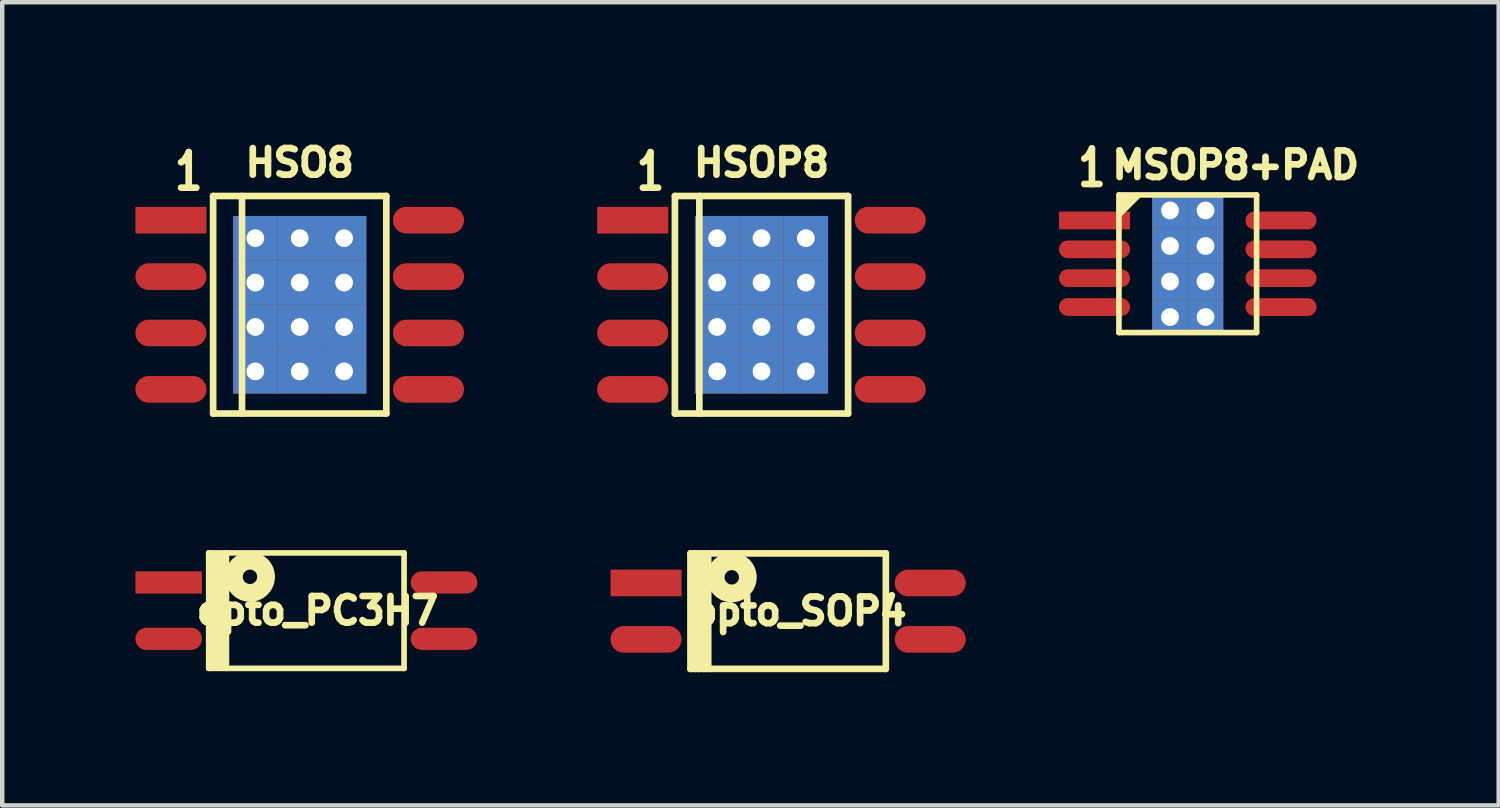
<source format=kicad_pcb>
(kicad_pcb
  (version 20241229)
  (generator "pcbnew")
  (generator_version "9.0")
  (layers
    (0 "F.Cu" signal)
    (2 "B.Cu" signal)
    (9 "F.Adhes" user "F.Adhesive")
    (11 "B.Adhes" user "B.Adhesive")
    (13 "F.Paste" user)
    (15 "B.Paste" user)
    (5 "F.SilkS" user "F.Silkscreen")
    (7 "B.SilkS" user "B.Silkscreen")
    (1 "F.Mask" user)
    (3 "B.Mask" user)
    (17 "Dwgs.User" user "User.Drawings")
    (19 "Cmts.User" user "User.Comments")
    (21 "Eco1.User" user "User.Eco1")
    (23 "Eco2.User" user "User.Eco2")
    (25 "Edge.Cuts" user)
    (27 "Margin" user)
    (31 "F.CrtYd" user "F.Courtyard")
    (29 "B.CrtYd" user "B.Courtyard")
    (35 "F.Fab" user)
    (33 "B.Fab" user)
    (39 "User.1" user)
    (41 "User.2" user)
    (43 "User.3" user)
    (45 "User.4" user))
  (footprint "MSOP8+PAD"
    (layer "F.Cu")
    (at 23.7 2.89)
    (property "Reference" "MSOP8+PAD" (at 1.079 -2.223 0) (layer "F.SilkS") (effects (font (size 0.6 0.6) (thickness 0.15))))
    (attr through_hole)
    (fp_line (start -1.55 -1.55) (end 1.55 -1.55) (stroke (width 0.127) (type solid)) (layer "F.SilkS"))
    (fp_line (start -1.55 1.55) (end -1.55 -1.55) (stroke (width 0.127) (type solid)) (layer "F.SilkS"))
    (fp_line (start -1.524 -1.397) (end -1.397 -1.524) (stroke (width 0.15) (type solid)) (layer "F.SilkS"))
    (fp_line (start -1.524 -1.27) (end -1.524 -1.333) (stroke (width 0.15) (type solid)) (layer "F.SilkS"))
    (fp_line (start -1.524 -1.143) (end -1.143 -1.524) (stroke (width 0.15) (type solid)) (layer "F.SilkS"))
    (fp_line (start -1.27 -1.524) (end -1.524 -1.27) (stroke (width 0.15) (type solid)) (layer "F.SilkS"))
    (fp_line (start 1.55 -1.55) (end 1.55 1.55) (stroke (width 0.127) (type solid)) (layer "F.SilkS"))
    (fp_line (start 1.55 1.55) (end -1.55 1.55) (stroke (width 0.127) (type solid)) (layer "F.SilkS"))
    (fp_text user "1" (at -2.159 -2.159 0) (layer "F.SilkS") (effects (font (size 0.8 0.6) (thickness 0.15))))
    (pad "1" smd rect (at -2.1 -0.975) (size 1.6 0.4) (layers "F.Cu" "F.Mask" "F.Paste"))
    (pad "2" smd oval (at -2.1 -0.325) (size 1.6 0.4) (layers "F.Cu" "F.Mask" "F.Paste"))
    (pad "3" smd oval (at -2.1 0.325) (size 1.6 0.4) (layers "F.Cu" "F.Mask" "F.Paste"))
    (pad "4" smd oval (at -2.1 0.975) (size 1.6 0.4) (layers "F.Cu" "F.Mask" "F.Paste"))
    (pad "5" smd oval (at 2.1 0.975) (size 1.6 0.4) (layers "F.Cu" "F.Mask" "F.Paste"))
    (pad "6" smd oval (at 2.1 0.325) (size 1.6 0.4) (layers "F.Cu" "F.Mask" "F.Paste"))
    (pad "7" smd oval (at 2.1 -0.325) (size 1.6 0.4) (layers "F.Cu" "F.Mask" "F.Paste"))
    (pad "8" smd oval (at 2.1 -0.975) (size 1.6 0.4) (layers "F.Cu" "F.Mask" "F.Paste"))
    (pad "PAD" thru_hole rect (at -0.4 -1.2) (size 0.8 0.8) (drill 0.4) (layers "*.Cu" "F.Mask" "F.Paste"))
    (pad "PAD" thru_hole rect (at -0.4 -0.4) (size 0.8 0.8) (drill 0.4) (layers "*.Cu" "F.Mask" "F.Paste"))
    (pad "PAD" thru_hole rect (at -0.4 0.4) (size 0.8 0.8) (drill 0.4) (layers "*.Cu" "F.Mask" "F.Paste"))
    (pad "PAD" thru_hole rect (at -0.4 1.2) (size 0.8 0.8) (drill 0.4) (layers "*.Cu" "F.Mask" "F.Paste"))
    (pad "PAD" thru_hole rect (at 0.4 -1.2) (size 0.8 0.8) (drill 0.4) (layers "*.Cu" "F.Mask" "F.Paste"))
    (pad "PAD" thru_hole rect (at 0.4 -0.4) (size 0.8 0.8) (drill 0.4) (layers "*.Cu" "F.Mask" "F.Paste"))
    (pad "PAD" thru_hole rect (at 0.4 0.4) (size 0.8 0.8) (drill 0.4) (layers "*.Cu" "F.Mask" "F.Paste"))
    (pad "PAD" thru_hole rect (at 0.4 1.2) (size 0.8 0.8) (drill 0.4) (layers "*.Cu" "F.Mask" "F.Paste")))
  (footprint "opto_PC3H7"
    (layer "F.Cu")
    (at 3.85 10.703)
    (property "Reference" "opto_PC3H7" (at 0.25 0 0) (layer "F.SilkS") (effects (font (size 0.6 0.6) (thickness 0.15))))
    (attr smd)
    (fp_line (start -2.2 -1.3) (end -2.2 1.3) (stroke (width 0.127) (type solid)) (layer "F.SilkS"))
    (fp_line (start -2.083 -1.27) (end -2.083 1.27) (stroke (width 0.15) (type solid)) (layer "F.SilkS"))
    (fp_line (start -1.981 1.27) (end -1.981 -1.27) (stroke (width 0.15) (type solid)) (layer "F.SilkS"))
    (fp_line (start -1.88 1.27) (end -1.93 -1.27) (stroke (width 0.15) (type solid)) (layer "F.SilkS"))
    (fp_line (start -1.8 -1.3) (end -1.8 1.3) (stroke (width 0.127) (type solid)) (layer "F.SilkS"))
    (fp_line (start 2.2 -1.3) (end -2.2 -1.3) (stroke (width 0.127) (type solid)) (layer "F.SilkS"))
    (fp_line (start 2.2 1.3) (end -2.2 1.3) (stroke (width 0.127) (type solid)) (layer "F.SilkS"))
    (fp_line (start 2.2 1.3) (end 2.2 -1.3) (stroke (width 0.127) (type solid)) (layer "F.SilkS"))
    (fp_circle (center -1.27 -0.762) (end -1.27 -0.6) (stroke (width 0.4) (type solid)) (fill no) (layer "F.SilkS"))
    (pad "1" smd rect (at -3.1 -0.635) (size 1.5 0.5) (layers "F.Cu" "F.Mask" "F.Paste"))
    (pad "2" smd oval (at -3.1 0.635) (size 1.5 0.5) (layers "F.Cu" "F.Mask" "F.Paste"))
    (pad "3" smd oval (at 3.1 -0.635) (size 1.5 0.5) (layers "F.Cu" "F.Mask" "F.Paste"))
    (pad "4" smd oval (at 3.1 0.635) (size 1.5 0.5) (layers "F.Cu" "F.Mask" "F.Paste")))
  (footprint "HSO8"
    (layer "F.Cu")
    (at 3.7 3.814)
    (property "Reference" "HSO8" (at 0 -3.2 0) (layer "F.SilkS") (effects (font (size 0.6 0.6) (thickness 0.15))))
    (attr smd)
    (fp_line (start -1.95 -2.45) (end -1.95 2.45) (stroke (width 0.15) (type solid)) (layer "F.SilkS"))
    (fp_line (start -1.3 -2.45) (end -1.3 2.45) (stroke (width 0.15) (type solid)) (layer "F.SilkS"))
    (fp_line (start 1.95 -2.45) (end -1.95 -2.45) (stroke (width 0.15) (type solid)) (layer "F.SilkS"))
    (fp_line (start 1.95 2.45) (end -1.95 2.45) (stroke (width 0.15) (type solid)) (layer "F.SilkS"))
    (fp_line (start 1.95 2.45) (end 1.95 -2.45) (stroke (width 0.15) (type solid)) (layer "F.SilkS"))
    (fp_text user "1" (at -2.5 -3 0) (layer "F.SilkS") (effects (font (size 0.8 0.6) (thickness 0.15))))
    (pad "1" smd rect (at -2.9 -1.905) (size 1.6 0.6) (layers "F.Cu" "F.Mask" "F.Paste"))
    (pad "2" smd oval (at -2.9 -0.635) (size 1.6 0.6) (layers "F.Cu" "F.Mask" "F.Paste"))
    (pad "3" smd oval (at -2.9 0.635) (size 1.6 0.6) (layers "F.Cu" "F.Mask" "F.Paste"))
    (pad "4" smd oval (at -2.9 1.905) (size 1.6 0.6) (layers "F.Cu" "F.Mask" "F.Paste"))
    (pad "5" smd oval (at 2.9 1.905) (size 1.6 0.6) (layers "F.Cu" "F.Mask" "F.Paste"))
    (pad "6" smd oval (at 2.9 0.635) (size 1.6 0.6) (layers "F.Cu" "F.Mask" "F.Paste"))
    (pad "7" smd oval (at 2.9 -0.635) (size 1.6 0.6) (layers "F.Cu" "F.Mask" "F.Paste"))
    (pad "8" smd oval (at 2.9 -1.905) (size 1.6 0.6) (layers "F.Cu" "F.Mask" "F.Paste"))
    (pad "PAD" thru_hole rect (at -1 -1.5) (size 1 1) (drill 0.4) (layers "*.Cu" "*.Mask" "F.Paste"))
    (pad "PAD" thru_hole rect (at -1 -0.5) (size 1 1) (drill 0.4) (layers "*.Cu" "*.Mask" "F.Paste"))
    (pad "PAD" thru_hole rect (at -1 0.5) (size 1 1) (drill 0.4) (layers "*.Cu" "*.Mask" "F.Paste"))
    (pad "PAD" thru_hole rect (at -1 1.5) (size 1 1) (drill 0.4) (layers "*.Cu" "*.Mask" "F.Paste"))
    (pad "PAD" thru_hole rect (at 0 -1.5) (size 1 1) (drill 0.4) (layers "*.Cu" "*.Mask" "F.Paste"))
    (pad "PAD" thru_hole rect (at 0 -0.5) (size 1 1) (drill 0.4) (layers "*.Cu" "*.Mask" "F.Paste"))
    (pad "PAD" thru_hole rect (at 0 0.5) (size 1 1) (drill 0.4) (layers "*.Cu" "*.Mask" "F.Paste"))
    (pad "PAD" thru_hole rect (at 0 1.5) (size 1 1) (drill 0.4) (layers "*.Cu" "*.Mask" "F.Paste"))
    (pad "PAD" thru_hole rect (at 1 -1.5) (size 1 1) (drill 0.4) (layers "*.Cu" "*.Mask" "F.Paste"))
    (pad "PAD" thru_hole rect (at 1 -0.5) (size 1 1) (drill 0.4) (layers "*.Cu" "*.Mask" "F.Paste"))
    (pad "PAD" thru_hole rect (at 1 0.5) (size 1 1) (drill 0.4) (layers "*.Cu" "*.Mask" "F.Paste"))
    (pad "PAD" thru_hole rect (at 1 1.5) (size 1 1) (drill 0.4) (layers "*.Cu" "*.Mask" "F.Paste")))
  (footprint "HSOP8"
    (layer "F.Cu")
    (at 14.1 3.814)
    (property "Reference" "HSOP8" (at 0 -3.2 0) (layer "F.SilkS") (effects (font (size 0.6 0.6) (thickness 0.15))))
    (attr smd)
    (fp_line (start -1.95 -2.45) (end -1.95 2.45) (stroke (width 0.15) (type solid)) (layer "F.SilkS"))
    (fp_line (start -1.4 -2.45) (end -1.4 2.45) (stroke (width 0.15) (type solid)) (layer "F.SilkS"))
    (fp_line (start 1.95 -2.45) (end -1.95 -2.45) (stroke (width 0.15) (type solid)) (layer "F.SilkS"))
    (fp_line (start 1.95 2.45) (end -1.95 2.45) (stroke (width 0.15) (type solid)) (layer "F.SilkS"))
    (fp_line (start 1.95 2.45) (end 1.95 -2.45) (stroke (width 0.15) (type solid)) (layer "F.SilkS"))
    (fp_text user "1" (at -2.5 -3 0) (layer "F.SilkS") (effects (font (size 0.8 0.6) (thickness 0.15))))
    (pad "1" smd rect (at -2.9 -1.905) (size 1.6 0.6) (layers "F.Cu" "F.Mask" "F.Paste"))
    (pad "2" smd oval (at -2.9 -0.635) (size 1.6 0.6) (layers "F.Cu" "F.Mask" "F.Paste"))
    (pad "3" smd oval (at -2.9 0.635) (size 1.6 0.6) (layers "F.Cu" "F.Mask" "F.Paste"))
    (pad "4" smd oval (at -2.9 1.905) (size 1.6 0.6) (layers "F.Cu" "F.Mask" "F.Paste"))
    (pad "5" smd oval (at 2.9 1.905) (size 1.6 0.6) (layers "F.Cu" "F.Mask" "F.Paste"))
    (pad "6" smd oval (at 2.9 0.635) (size 1.6 0.6) (layers "F.Cu" "F.Mask" "F.Paste"))
    (pad "7" smd oval (at 2.9 -0.635) (size 1.6 0.6) (layers "F.Cu" "F.Mask" "F.Paste"))
    (pad "8" smd oval (at 2.9 -1.905) (size 1.6 0.6) (layers "F.Cu" "F.Mask" "F.Paste"))
    (pad "PAD" thru_hole rect (at -1 -1.5) (size 1 1) (drill 0.4) (layers "*.Cu" "*.Mask" "F.Paste"))
    (pad "PAD" thru_hole rect (at -1 -0.5) (size 1 1) (drill 0.4) (layers "*.Cu" "*.Mask" "F.Paste"))
    (pad "PAD" thru_hole rect (at -1 0.5) (size 1 1) (drill 0.4) (layers "*.Cu" "*.Mask" "F.Paste"))
    (pad "PAD" thru_hole rect (at -1 1.5) (size 1 1) (drill 0.4) (layers "*.Cu" "*.Mask" "F.Paste"))
    (pad "PAD" thru_hole rect (at 0 -1.5) (size 1 1) (drill 0.4) (layers "*.Cu" "*.Mask" "F.Paste"))
    (pad "PAD" thru_hole rect (at 0 -0.5) (size 1 1) (drill 0.4) (layers "*.Cu" "*.Mask" "F.Paste"))
    (pad "PAD" thru_hole rect (at 0 0.5) (size 1 1) (drill 0.4) (layers "*.Cu" "*.Mask" "F.Paste"))
    (pad "PAD" thru_hole rect (at 0 1.5) (size 1 1) (drill 0.4) (layers "*.Cu" "*.Mask" "F.Paste"))
    (pad "PAD" thru_hole rect (at 1 -1.5) (size 1 1) (drill 0.4) (layers "*.Cu" "*.Mask" "F.Paste"))
    (pad "PAD" thru_hole rect (at 1 -0.5) (size 1 1) (drill 0.4) (layers "*.Cu" "*.Mask" "F.Paste"))
    (pad "PAD" thru_hole rect (at 1 0.5) (size 1 1) (drill 0.4) (layers "*.Cu" "*.Mask" "F.Paste"))
    (pad "PAD" thru_hole rect (at 1 1.5) (size 1 1) (drill 0.4) (layers "*.Cu" "*.Mask" "F.Paste")))
  (footprint "opto_SOP4"
    (layer "F.Cu")
    (at 14.7 10.714)
    (property "Reference" "opto_SOP4" (at 0.25 0 0) (layer "F.SilkS") (effects (font (size 0.6 0.6) (thickness 0.15))))
    (attr smd)
    (fp_line (start -2.2 -1.3) (end -2.2 1.3) (stroke (width 0.15) (type solid)) (layer "F.SilkS"))
    (fp_line (start -2.1 1.3) (end -2.1 -1.3) (stroke (width 0.15) (type solid)) (layer "F.SilkS"))
    (fp_line (start -2 -1.3) (end -2 1.3) (stroke (width 0.15) (type solid)) (layer "F.SilkS"))
    (fp_line (start -1.9 1.3) (end -1.9 -1.2) (stroke (width 0.15) (type solid)) (layer "F.SilkS"))
    (fp_line (start -1.8 -1.3) (end -1.8 1.3) (stroke (width 0.15) (type solid)) (layer "F.SilkS"))
    (fp_line (start 2.2 -1.3) (end -2.2 -1.3) (stroke (width 0.15) (type solid)) (layer "F.SilkS"))
    (fp_line (start 2.2 1.3) (end -2.2 1.3) (stroke (width 0.15) (type solid)) (layer "F.SilkS"))
    (fp_line (start 2.2 1.3) (end 2.2 -1.3) (stroke (width 0.15) (type solid)) (layer "F.SilkS"))
    (fp_circle (center -1.27 -0.762) (end -1.27 -0.6) (stroke (width 0.4) (type solid)) (fill no) (layer "F.SilkS"))
    (pad "1" smd rect (at -3.2 -0.635) (size 1.6 0.6) (layers "F.Cu" "F.Mask" "F.Paste"))
    (pad "2" smd oval (at -3.2 0.635) (size 1.6 0.6) (layers "F.Cu" "F.Mask" "F.Paste"))
    (pad "3" smd oval (at 3.2 -0.635) (size 1.6 0.6) (layers "F.Cu" "F.Mask" "F.Paste"))
    (pad "4" smd oval (at 3.2 0.635) (size 1.6 0.6) (layers "F.Cu" "F.Mask" "F.Paste")))
  (gr_rect
    (start -3 -3)
    (end 30.702 15.089)
    (stroke (width 0.1) (type default))
    (fill no)
    (layer "Edge.Cuts")))
</source>
